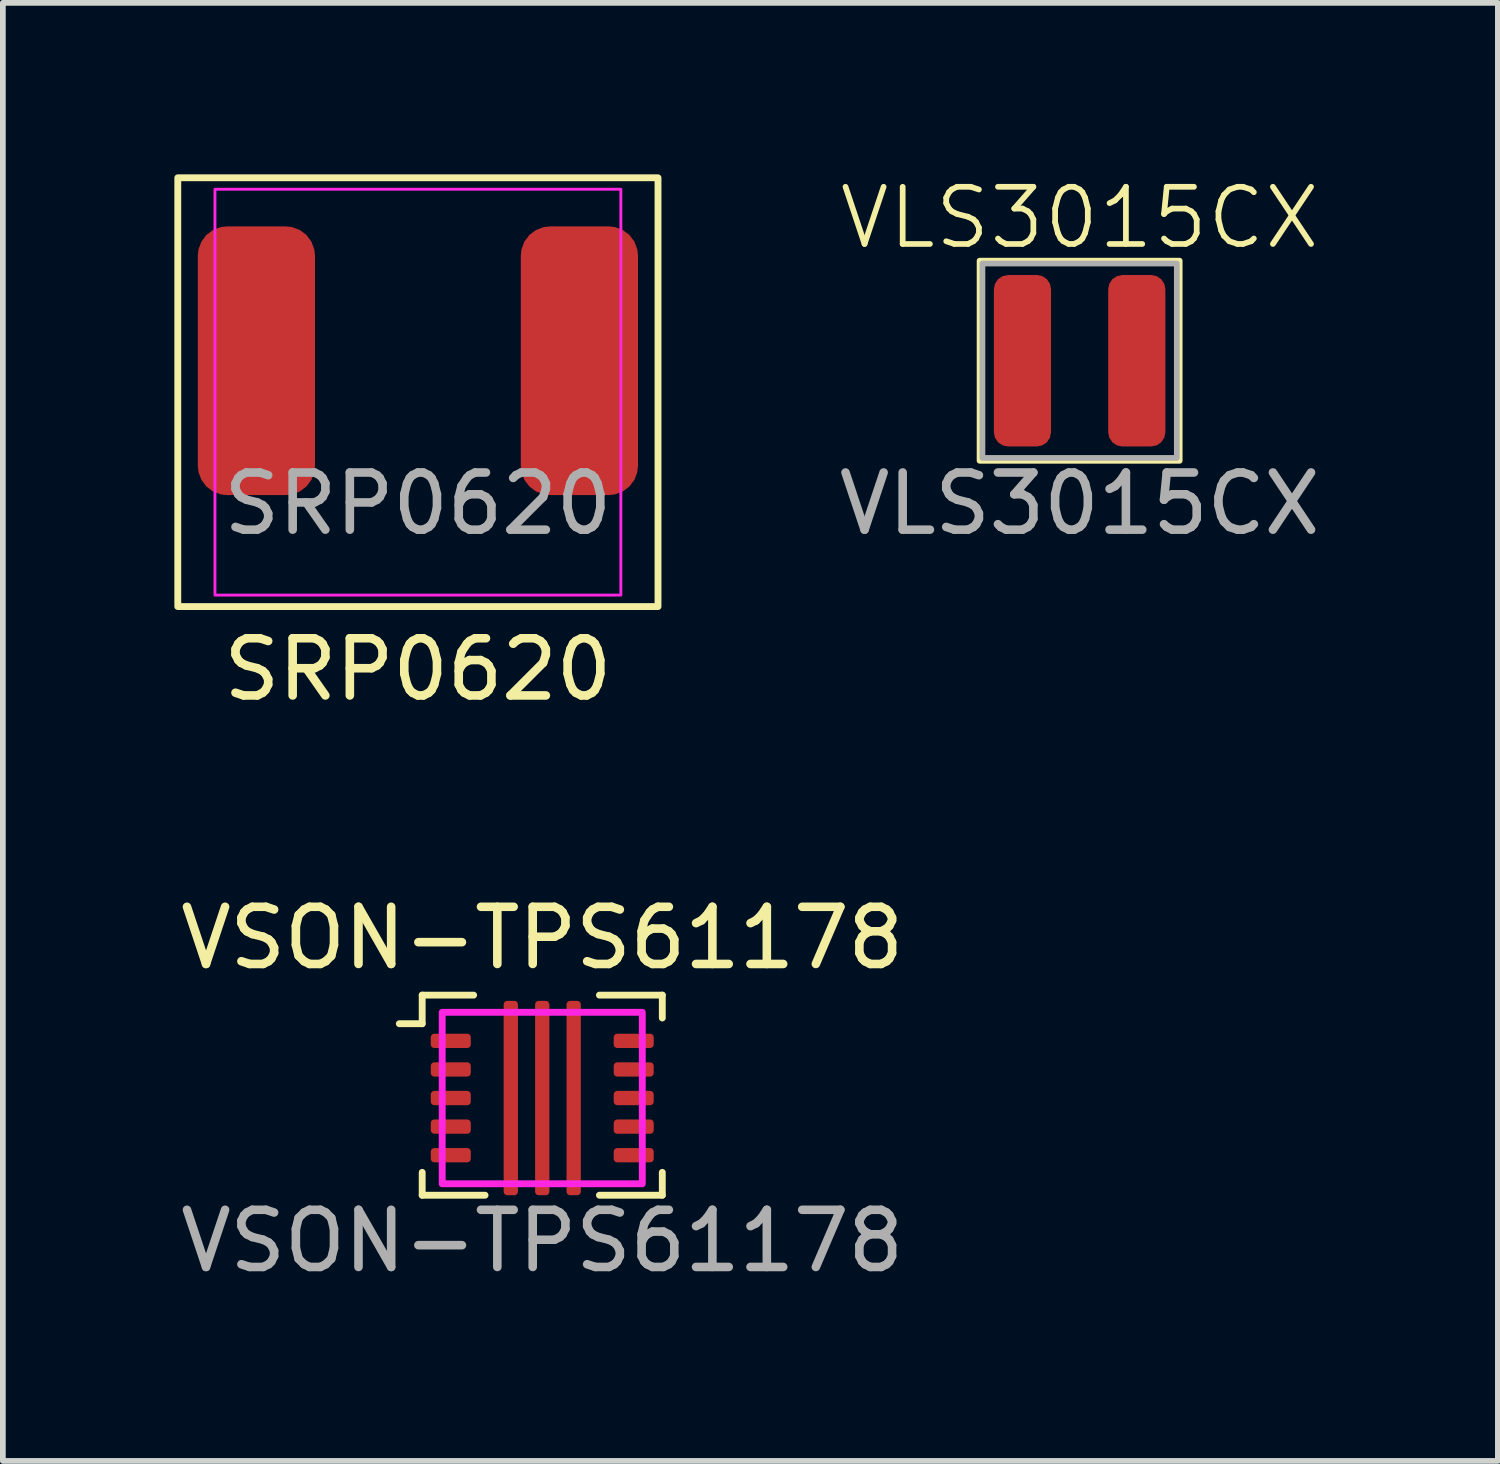
<source format=kicad_pcb>
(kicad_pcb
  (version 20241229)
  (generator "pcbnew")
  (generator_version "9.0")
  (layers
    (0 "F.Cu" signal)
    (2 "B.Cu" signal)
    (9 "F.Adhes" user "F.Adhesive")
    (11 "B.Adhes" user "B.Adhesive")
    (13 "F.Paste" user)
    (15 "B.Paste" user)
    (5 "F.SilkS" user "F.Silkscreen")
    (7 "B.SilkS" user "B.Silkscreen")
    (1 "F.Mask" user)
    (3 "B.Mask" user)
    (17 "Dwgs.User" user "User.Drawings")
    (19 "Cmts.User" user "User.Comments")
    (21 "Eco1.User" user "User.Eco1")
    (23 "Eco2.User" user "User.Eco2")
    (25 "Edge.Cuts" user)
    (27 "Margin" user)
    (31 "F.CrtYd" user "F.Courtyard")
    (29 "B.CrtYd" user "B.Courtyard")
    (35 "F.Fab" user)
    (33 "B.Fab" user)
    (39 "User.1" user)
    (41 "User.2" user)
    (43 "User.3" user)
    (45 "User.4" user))
  (footprint "SRP0620"
    (layer "F.Cu")
    (at 4.26 3.26)
    (property "Reference" "SRP0620" (at 0 5.4 0) (unlocked yes) (layer "F.SilkS") (effects (font (size 1 1) (thickness 0.15))))
    (attr smd)
    (fp_rect (start -4.2 -3.2) (end 4.2 4.3) (stroke (width 0.12) (type default)) (fill no) (layer "F.SilkS"))
    (fp_rect (start -3.55 -3) (end 3.55 4.1) (stroke (width 0.05) (type default)) (fill no) (layer "F.CrtYd"))
    (fp_text user "${REFERENCE}" (at 0 2.5 0) (unlocked yes) (layer "F.Fab") (effects (font (size 1 1) (thickness 0.15))))
    (pad "1" smd roundrect (at -2.825 0) (size 2.05 4.7) (layers "F.Cu" "F.Mask" "F.Paste") (roundrect_rratio 0.25))
    (pad "2" smd roundrect (at 2.825 0) (size 2.05 4.7) (layers "F.Cu" "F.Mask" "F.Paste") (roundrect_rratio 0.25)))
  (footprint "VLS3015CX"
    (layer "F.Cu")
    (at 15.835 3.26)
    (property "Reference" "VLS3015CX" (at 0 -2.5 0) (unlocked yes) (layer "F.SilkS") (effects (font (size 1 1) (thickness 0.1))))
    (attr smd)
    (fp_rect (start -1.75 -1.75) (end 1.75 1.75) (stroke (width 0.1) (type default)) (fill no) (layer "F.SilkS"))
    (fp_rect (start -1.7 -1.7) (end 1.7 1.7) (stroke (width 0.1) (type default)) (fill no) (layer "F.Fab"))
    (fp_text user "${REFERENCE}" (at 0 2.5 0) (unlocked yes) (layer "F.Fab") (effects (font (size 1 1) (thickness 0.15))))
    (pad "1" smd roundrect (at -1 0) (size 1 3) (layers "F.Cu" "F.Mask" "F.Paste") (roundrect_rratio 0.25))
    (pad "2" smd roundrect (at 1 0) (size 1 3) (layers "F.Cu" "F.Mask" "F.Paste") (roundrect_rratio 0.25)))
  (footprint "VSON-TPS61178"
    (layer "F.Cu")
    (at 6.435 16.157)
    (property "Reference" "VSON-TPS61178" (at 0 -2.8 0) (unlocked yes) (layer "F.SilkS") (effects (font (size 1 1) (thickness 0.15))))
    (attr smd)
    (fp_line (start -2.1 -1.8) (end -2.1 -1.3) (stroke (width 0.12) (type default)) (layer "F.SilkS"))
    (fp_line (start -2.1 -1.3) (end -2.5 -1.3) (stroke (width 0.12) (type default)) (layer "F.SilkS"))
    (fp_line (start -2.1 1.7) (end -2.1 1.3) (stroke (width 0.12) (type default)) (layer "F.SilkS"))
    (fp_line (start -1.2 -1.8) (end -2.1 -1.8) (stroke (width 0.12) (type default)) (layer "F.SilkS"))
    (fp_line (start -1 1.7) (end -2.1 1.7) (stroke (width 0.12) (type default)) (layer "F.SilkS"))
    (fp_line (start 1 -1.8) (end 2.1 -1.8) (stroke (width 0.12) (type default)) (layer "F.SilkS"))
    (fp_line (start 2.1 -1.8) (end 2.1 -1.4) (stroke (width 0.12) (type default)) (layer "F.SilkS"))
    (fp_line (start 2.1 1.3) (end 2.1 1.7) (stroke (width 0.12) (type default)) (layer "F.SilkS"))
    (fp_line (start 2.1 1.7) (end 1 1.7) (stroke (width 0.12) (type default)) (layer "F.SilkS"))
    (fp_rect (start 1.75 -1.5) (end -1.75 1.5) (stroke (width 0.12) (type default)) (fill no) (layer "F.CrtYd"))
    (fp_text user "${REFERENCE}" (at 0 2.5 0) (unlocked yes) (layer "F.Fab") (effects (font (size 1 1) (thickness 0.15))))
    (pad "1" smd roundrect (at -1.6 -1) (size 0.7 0.25) (layers "F.Cu" "F.Mask" "F.Paste") (roundrect_rratio 0.25))
    (pad "2" smd roundrect (at -1.6 -0.5) (size 0.7 0.25) (layers "F.Cu" "F.Mask" "F.Paste") (roundrect_rratio 0.25))
    (pad "3" smd roundrect (at -1.6 0) (size 0.7 0.25) (layers "F.Cu" "F.Mask" "F.Paste") (roundrect_rratio 0.25))
    (pad "4" smd roundrect (at -1.6 0.5) (size 0.7 0.25) (layers "F.Cu" "F.Mask" "F.Paste") (roundrect_rratio 0.25))
    (pad "5" smd roundrect (at -1.6 1) (size 0.7 0.25) (layers "F.Cu" "F.Mask" "F.Paste") (roundrect_rratio 0.25))
    (pad "6" smd roundrect (at -0.55 0) (size 0.25 3.4) (layers "F.Cu" "F.Mask" "F.Paste") (roundrect_rratio 0.25))
    (pad "7" smd roundrect (at 0 0) (size 0.25 3.4) (layers "F.Cu" "F.Mask" "F.Paste") (roundrect_rratio 0.25))
    (pad "8" smd roundrect (at 0.55 0) (size 0.25 3.4) (layers "F.Cu" "F.Mask" "F.Paste") (roundrect_rratio 0.25))
    (pad "9" smd roundrect (at 1.6 1) (size 0.7 0.25) (layers "F.Cu" "F.Mask" "F.Paste") (roundrect_rratio 0.25))
    (pad "10" smd roundrect (at 1.6 0.5) (size 0.7 0.25) (layers "F.Cu" "F.Mask" "F.Paste") (roundrect_rratio 0.25))
    (pad "11" smd roundrect (at 1.6 0) (size 0.7 0.25) (layers "F.Cu" "F.Mask" "F.Paste") (roundrect_rratio 0.25))
    (pad "12" smd roundrect (at 1.6 -0.5) (size 0.7 0.25) (layers "F.Cu" "F.Mask" "F.Paste") (roundrect_rratio 0.25))
    (pad "13" smd roundrect (at 1.6 -1) (size 0.7 0.25) (layers "F.Cu" "F.Mask" "F.Paste") (roundrect_rratio 0.25)))
  (gr_rect
    (start -3 -3)
    (end 23.151 22.505)
    (stroke (width 0.1) (type default))
    (fill no)
    (layer "Edge.Cuts")))
</source>
